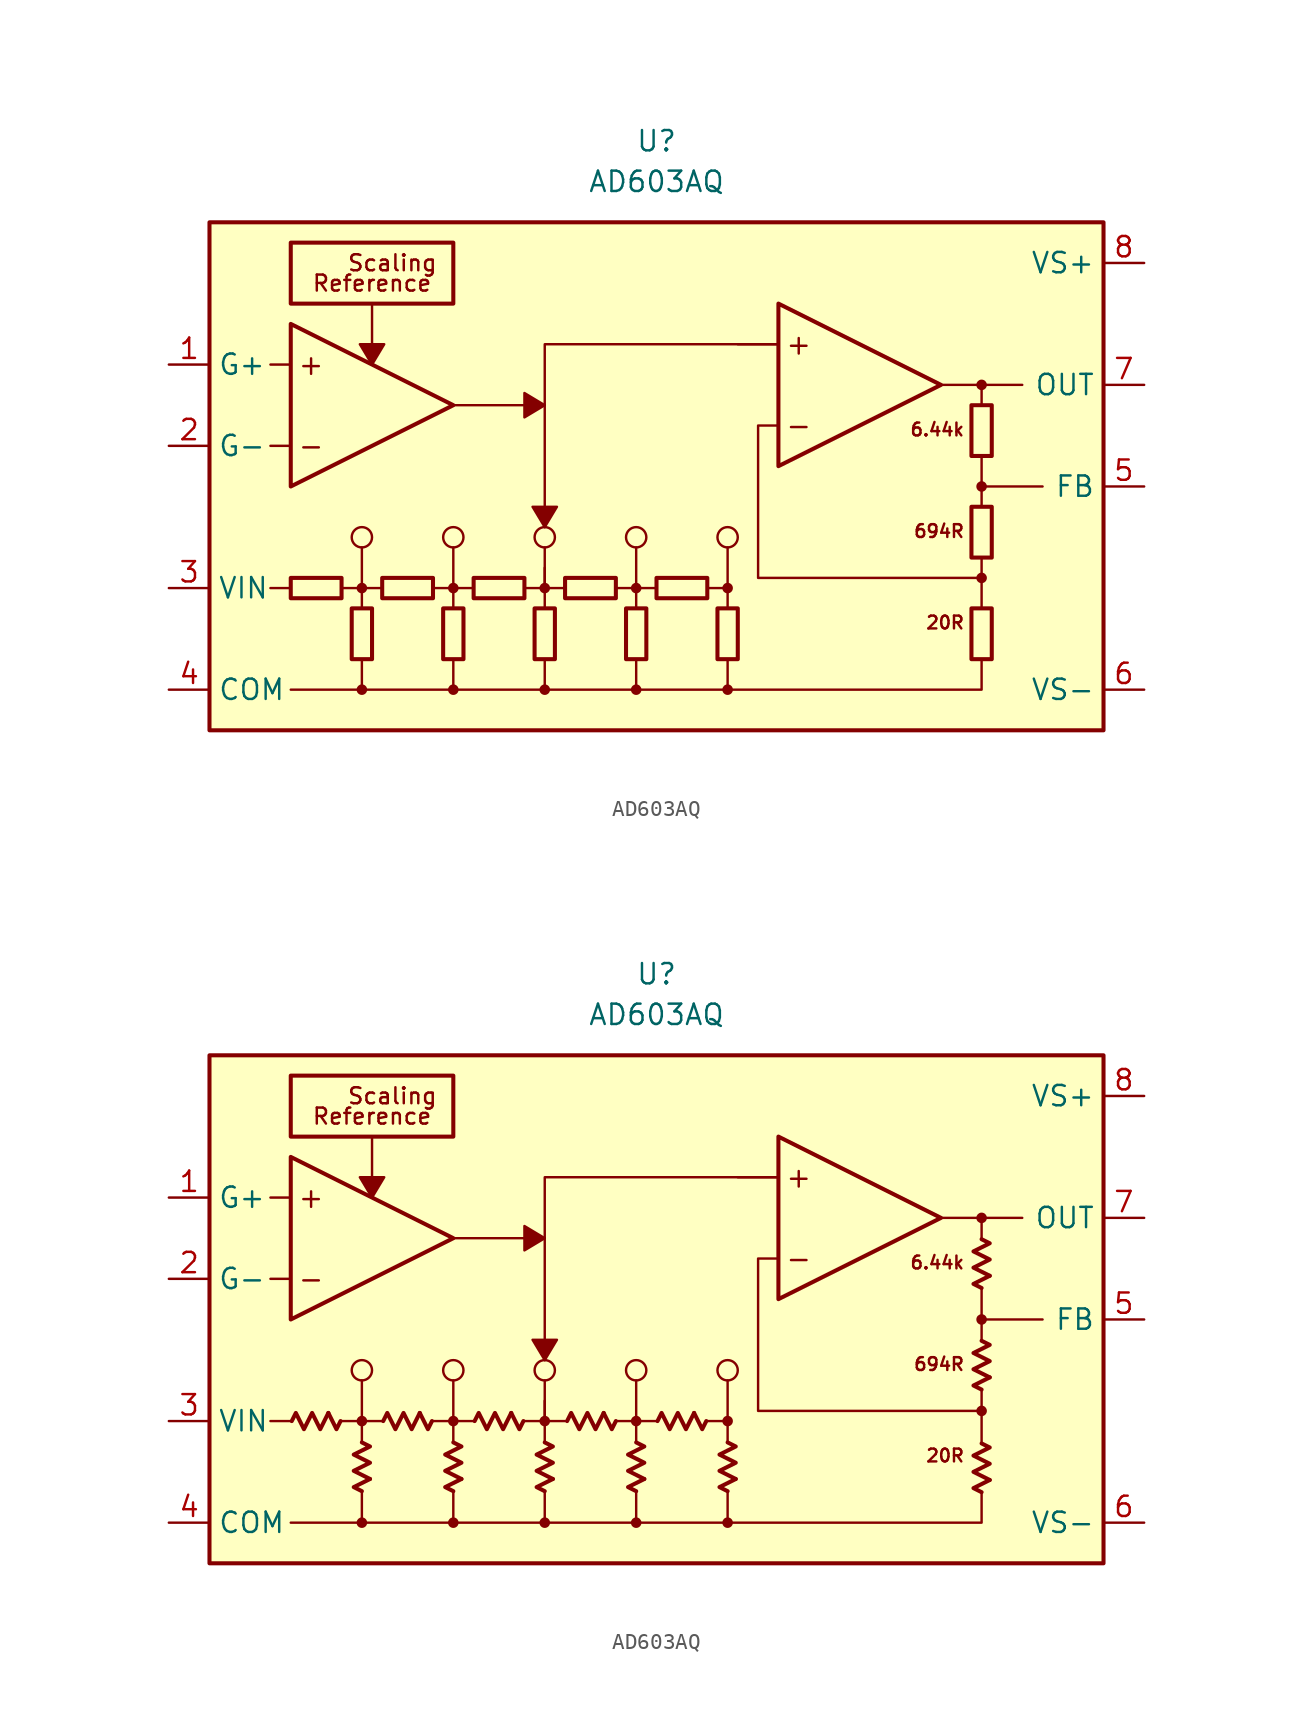
<source format=kicad_sym>
(kicad_symbol_lib
  (version 20231120)
  (generator "kicad_symbol_editor")
  (generator_version "8.0")
  (symbol "AD603AQ"
    (property "Reference" "U"
      (at 0 21.59 0)
      (effects (font (size 1.27 1.27))))
    (property "Value" "AD603AQ"
      (at 0 19.05 0)
      (effects (font (size 1.27 1.27))))
    (symbol "AD603AQ_0_0"
      (rectangle (start -27.94 16.51) (end 27.94 -15.24) (stroke (width 0.254) (type default)) (fill (type background)))
      (rectangle (start -22.86 15.24) (end -12.7 11.43) (stroke (width 0.254) (type default)) (fill (type none)))
      (circle (center -18.415 -12.7) (radius 0.254) (stroke (width 0.152) (type default)) (fill (type outline)))
      (circle (center -18.415 -6.35) (radius 0.254) (stroke (width 0.152) (type default)) (fill (type outline)))
      (circle (center -18.415 -3.175) (radius 0.635) (stroke (width 0.152) (type default)) (fill (type none)))
      (circle (center -12.7 -12.7) (radius 0.254) (stroke (width 0.152) (type default)) (fill (type outline)))
      (circle (center -12.7 -6.35) (radius 0.254) (stroke (width 0.152) (type default)) (fill (type outline)))
      (circle (center -12.7 -3.175) (radius 0.635) (stroke (width 0.152) (type default)) (fill (type none)))
      (circle (center -6.985 -12.7) (radius 0.254) (stroke (width 0.152) (type default)) (fill (type outline)))
      (circle (center -6.985 -6.35) (radius 0.254) (stroke (width 0.152) (type default)) (fill (type outline)))
      (circle (center -6.985 -3.175) (radius 0.635) (stroke (width 0.152) (type default)) (fill (type none)))
      (circle (center -1.27 -12.7) (radius 0.254) (stroke (width 0.152) (type default)) (fill (type outline)))
      (circle (center -1.27 -6.35) (radius 0.254) (stroke (width 0.152) (type default)) (fill (type outline)))
      (circle (center -1.27 -3.175) (radius 0.635) (stroke (width 0.152) (type default)) (fill (type none)))
      (polyline (pts (xy -22.86 -6.35) (xy -24.13 -6.35)) (stroke (width 0.152) (type default)) (fill (type none)))
      (polyline (pts (xy -22.86 2.54) (xy -24.13 2.54)) (stroke (width 0.152) (type default)) (fill (type none)))
      (polyline (pts (xy -22.86 7.62) (xy -24.13 7.62)) (stroke (width 0.152) (type default)) (fill (type none)))
      (polyline (pts (xy -18.415 -10.795) (xy -18.415 -12.7)) (stroke (width 0.152) (type default)) (fill (type none)))
      (polyline (pts (xy -18.415 -7.62) (xy -18.415 -6.35)) (stroke (width 0.152) (type default)) (fill (type none)))
      (polyline (pts (xy -18.415 -6.35) (xy -19.685 -6.35)) (stroke (width 0.152) (type default)) (fill (type none)))
      (polyline (pts (xy -18.415 -6.35) (xy -18.415 -3.81)) (stroke (width 0.152) (type default)) (fill (type none)))
      (polyline (pts (xy -17.78 11.43) (xy -17.78 7.62)) (stroke (width 0.152) (type default)) (fill (type none)))
      (polyline (pts (xy -17.145 -6.35) (xy -18.415 -6.35)) (stroke (width 0.152) (type default)) (fill (type none)))
      (polyline (pts (xy -12.7 -10.795) (xy -12.7 -12.7)) (stroke (width 0.152) (type default)) (fill (type none)))
      (polyline (pts (xy -12.7 -7.62) (xy -12.7 -6.35)) (stroke (width 0.152) (type default)) (fill (type none)))
      (polyline (pts (xy -12.7 -6.35) (xy -13.97 -6.35)) (stroke (width 0.152) (type default)) (fill (type none)))
      (polyline (pts (xy -12.7 -6.35) (xy -12.7 -3.81)) (stroke (width 0.152) (type default)) (fill (type none)))
      (polyline (pts (xy -12.7 5.08) (xy -6.985 5.08)) (stroke (width 0.152) (type default)) (fill (type none)))
      (polyline (pts (xy -11.43 -6.35) (xy -12.7 -6.35)) (stroke (width 0.152) (type default)) (fill (type none)))
      (polyline (pts (xy -6.985 -10.795) (xy -6.985 -12.7)) (stroke (width 0.152) (type default)) (fill (type none)))
      (polyline (pts (xy -6.985 -7.62) (xy -6.985 -5.08)) (stroke (width 0.152) (type default)) (fill (type none)))
      (polyline (pts (xy -6.985 -6.35) (xy -8.255 -6.35)) (stroke (width 0.152) (type default)) (fill (type none)))
      (polyline (pts (xy -6.985 -6.35) (xy -6.985 -3.81)) (stroke (width 0.152) (type default)) (fill (type none)))
      (polyline (pts (xy -5.715 -6.35) (xy -6.985 -6.35)) (stroke (width 0.152) (type default)) (fill (type none)))
      (polyline (pts (xy -1.27 -10.795) (xy -1.27 -12.7)) (stroke (width 0.152) (type default)) (fill (type none)))
      (polyline (pts (xy -1.27 -7.62) (xy -1.27 -6.35)) (stroke (width 0.152) (type default)) (fill (type none)))
      (polyline (pts (xy -1.27 -6.35) (xy -2.54 -6.35)) (stroke (width 0.152) (type default)) (fill (type none)))
      (polyline (pts (xy -1.27 -6.35) (xy -1.27 -3.81)) (stroke (width 0.152) (type default)) (fill (type none)))
      (polyline (pts (xy 0 -6.35) (xy -1.27 -6.35)) (stroke (width 0.152) (type default)) (fill (type none)))
      (polyline (pts (xy 4.445 -10.795) (xy 4.445 -12.7)) (stroke (width 0.152) (type default)) (fill (type none)))
      (polyline (pts (xy 4.445 -7.62) (xy 4.445 -6.35)) (stroke (width 0.152) (type default)) (fill (type none)))
      (polyline (pts (xy 4.445 -6.35) (xy 3.175 -6.35)) (stroke (width 0.152) (type default)) (fill (type none)))
      (polyline (pts (xy 4.445 -6.35) (xy 4.445 -3.81)) (stroke (width 0.152) (type default)) (fill (type none)))
      (polyline (pts (xy 7.62 8.89) (xy 5.08 8.89)) (stroke (width 0.152) (type default)) (fill (type none)))
      (polyline (pts (xy 17.78 6.35) (xy 20.32 6.35)) (stroke (width 0.152) (type default)) (fill (type none)))
      (polyline (pts (xy 20.32 -7.62) (xy 20.32 -5.715)) (stroke (width 0.152) (type default)) (fill (type none)))
      (polyline (pts (xy 20.32 -1.27) (xy 20.32 1.905)) (stroke (width 0.152) (type default)) (fill (type none)))
      (polyline (pts (xy 20.32 0) (xy 24.13 0)) (stroke (width 0.152) (type default)) (fill (type none)))
      (polyline (pts (xy 20.32 5.08) (xy 20.32 6.35)) (stroke (width 0.152) (type default)) (fill (type none)))
      (polyline (pts (xy 20.32 6.35) (xy 22.86 6.35)) (stroke (width 0.152) (type default)) (fill (type none)))
      (polyline (pts (xy 7.62 8.89) (xy -6.985 8.89) (xy -6.985 -2.54)) (stroke (width 0.152) (type default)) (fill (type none)))
      (polyline (pts (xy 20.32 -10.795) (xy 20.32 -12.7) (xy -22.86 -12.7)) (stroke (width 0.152) (type default)) (fill (type none)))
      (polyline (pts (xy -17.78 7.62) (xy -18.542 8.89) (xy -17.018 8.89) (xy -17.78 7.62)) (stroke (width 0.152) (type default)) (fill (type outline)))
      (polyline (pts (xy -6.985 -2.54) (xy -7.747 -1.27) (xy -6.223 -1.27) (xy -6.985 -2.54)) (stroke (width 0.152) (type default)) (fill (type outline)))
      (polyline (pts (xy -6.985 5.08) (xy -8.255 4.318) (xy -8.255 5.842) (xy -6.985 5.08)) (stroke (width 0.152) (type default)) (fill (type outline)))
      (circle (center 4.445 -12.7) (radius 0.254) (stroke (width 0.152) (type default)) (fill (type outline)))
      (circle (center 4.445 -6.35) (radius 0.254) (stroke (width 0.152) (type default)) (fill (type outline)))
      (circle (center 4.445 -3.175) (radius 0.635) (stroke (width 0.152) (type default)) (fill (type none)))
      (circle (center 20.32 -5.715) (radius 0.254) (stroke (width 0.152) (type default)) (fill (type outline)))
      (circle (center 20.32 0) (radius 0.254) (stroke (width 0.152) (type default)) (fill (type outline)))
      (circle (center 20.32 6.35) (radius 0.254) (stroke (width 0.152) (type default)) (fill (type outline)))
      (text "+" (at -21.59 7.62 0) (effects (font (size 1.27 1.27))))
      (text "+" (at 8.89 8.89 0) (effects (font (size 1.27 1.27))))
      (text "-" (at -21.59 2.54 0) (effects (font (size 1.27 1.27))))
      (text "-" (at 8.89 3.81 0) (effects (font (size 1.27 1.27))))
      (text "20R" (at 19.304 -8.509 0) (effects (font (size 0.8 0.8)) (justify right)))
      (text "6.44k" (at 19.304 3.556 0) (effects (font (size 0.8 0.8)) (justify right)))
      (text "694R" (at 19.304 -2.794 0) (effects (font (size 0.8 0.8)) (justify right)))
      (text "Reference" (at -17.78 12.7 0) (effects (font (size 1 1))))
      (text "Scaling" (at -16.51 13.97 0) (effects (font (size 1 1)))))
    (symbol "AD603AQ_0_1"
      (rectangle (start -19.685 -6.985) (end -22.86 -5.715) (stroke (width 0.254) (type default)) (fill (type none)))
      (rectangle (start -19.05 -10.795) (end -17.78 -7.62) (stroke (width 0.254) (type default)) (fill (type none)))
      (rectangle (start -13.97 -6.985) (end -17.145 -5.715) (stroke (width 0.254) (type default)) (fill (type none)))
      (rectangle (start -13.335 -10.795) (end -12.065 -7.62) (stroke (width 0.254) (type default)) (fill (type none)))
      (rectangle (start -8.255 -6.985) (end -11.43 -5.715) (stroke (width 0.254) (type default)) (fill (type none)))
      (rectangle (start -7.62 -10.795) (end -6.35 -7.62) (stroke (width 0.254) (type default)) (fill (type none)))
      (rectangle (start -2.54 -6.985) (end -5.715 -5.715) (stroke (width 0.254) (type default)) (fill (type none)))
      (rectangle (start -1.905 -10.795) (end -0.635 -7.62) (stroke (width 0.254) (type default)) (fill (type none)))
      (rectangle (start 3.175 -6.985) (end 0 -5.715) (stroke (width 0.254) (type default)) (fill (type none)))
      (rectangle (start 3.81 -10.795) (end 5.08 -7.62) (stroke (width 0.254) (type default)) (fill (type none)))
      (rectangle (start 20.955 -7.62) (end 19.685 -10.795) (stroke (width 0.254) (type default)) (fill (type none)))
      (rectangle (start 20.955 -1.27) (end 19.685 -4.445) (stroke (width 0.254) (type default)) (fill (type none)))
      (rectangle (start 20.955 5.08) (end 19.685 1.905) (stroke (width 0.254) (type default)) (fill (type none))))
    (symbol "AD603AQ_0_2"
      (polyline (pts (xy -20.511 -5.842) (xy -20.003 -6.858) (xy -19.748 -6.35)) (stroke (width 0.254) (type default)) (fill (type none)))
      (polyline (pts (xy -17.907 -9.97) (xy -18.923 -10.477) (xy -18.415 -10.732)) (stroke (width 0.254) (type default)) (fill (type none)))
      (polyline (pts (xy -14.796 -5.842) (xy -14.287 -6.858) (xy -14.034 -6.35)) (stroke (width 0.254) (type default)) (fill (type none)))
      (polyline (pts (xy -12.192 -9.97) (xy -13.208 -10.477) (xy -12.7 -10.732)) (stroke (width 0.254) (type default)) (fill (type none)))
      (polyline (pts (xy -9.081 -5.842) (xy -8.572 -6.858) (xy -8.319 -6.35)) (stroke (width 0.254) (type default)) (fill (type none)))
      (polyline (pts (xy -6.477 -9.97) (xy -7.493 -10.477) (xy -6.985 -10.732)) (stroke (width 0.254) (type default)) (fill (type none)))
      (polyline (pts (xy -3.302 -5.842) (xy -2.794 -6.858) (xy -2.54 -6.35)) (stroke (width 0.254) (type default)) (fill (type none)))
      (polyline (pts (xy -0.762 -9.97) (xy -1.778 -10.477) (xy -1.27 -10.732)) (stroke (width 0.254) (type default)) (fill (type none)))
      (polyline (pts (xy 2.349 -5.842) (xy 2.857 -6.858) (xy 3.111 -6.35)) (stroke (width 0.254) (type default)) (fill (type none)))
      (polyline (pts (xy 4.953 -9.97) (xy 3.937 -10.477) (xy 4.445 -10.732)) (stroke (width 0.254) (type default)) (fill (type none)))
      (polyline (pts (xy 20.828 -10.033) (xy 19.812 -10.541) (xy 20.32 -10.795)) (stroke (width 0.254) (type default)) (fill (type none)))
      (polyline (pts (xy 20.828 -3.619) (xy 19.812 -4.128) (xy 20.32 -4.381)) (stroke (width 0.254) (type default)) (fill (type none)))
      (polyline (pts (xy 20.828 2.731) (xy 19.812 2.223) (xy 20.32 1.968)) (stroke (width 0.254) (type default)) (fill (type none)))
      (polyline (pts (xy -22.797 -6.35) (xy -22.543 -5.842) (xy -22.035 -6.858) (xy -21.526 -5.842) (xy -21.018 -6.858) (xy -20.511 -5.842)) (stroke (width 0.254) (type default)) (fill (type none)))
      (polyline (pts (xy -18.415 -7.684) (xy -17.907 -7.938) (xy -18.923 -8.445) (xy -17.907 -8.954) (xy -18.923 -9.461) (xy -17.907 -9.97)) (stroke (width 0.254) (type default)) (fill (type none)))
      (polyline (pts (xy -17.081 -6.35) (xy -16.828 -5.842) (xy -16.32 -6.858) (xy -15.812 -5.842) (xy -15.303 -6.858) (xy -14.796 -5.842)) (stroke (width 0.254) (type default)) (fill (type none)))
      (polyline (pts (xy -12.7 -7.684) (xy -12.192 -7.938) (xy -13.208 -8.445) (xy -12.192 -8.954) (xy -13.208 -9.461) (xy -12.192 -9.97)) (stroke (width 0.254) (type default)) (fill (type none)))
      (polyline (pts (xy -11.367 -6.35) (xy -11.113 -5.842) (xy -10.604 -6.858) (xy -10.097 -5.842) (xy -9.588 -6.858) (xy -9.081 -5.842)) (stroke (width 0.254) (type default)) (fill (type none)))
      (polyline (pts (xy -6.985 -7.684) (xy -6.477 -7.938) (xy -7.493 -8.445) (xy -6.477 -8.954) (xy -7.493 -9.461) (xy -6.477 -9.97)) (stroke (width 0.254) (type default)) (fill (type none)))
      (polyline (pts (xy -5.588 -6.35) (xy -5.334 -5.842) (xy -4.826 -6.858) (xy -4.318 -5.842) (xy -3.81 -6.858) (xy -3.302 -5.842)) (stroke (width 0.254) (type default)) (fill (type none)))
      (polyline (pts (xy -1.27 -7.684) (xy -0.762 -7.938) (xy -1.778 -8.445) (xy -0.762 -8.954) (xy -1.778 -9.461) (xy -0.762 -9.97)) (stroke (width 0.254) (type default)) (fill (type none)))
      (polyline (pts (xy 0.064 -6.35) (xy 0.318 -5.842) (xy 0.826 -6.858) (xy 1.333 -5.842) (xy 1.841 -6.858) (xy 2.349 -5.842)) (stroke (width 0.254) (type default)) (fill (type none)))
      (polyline (pts (xy 4.445 -7.684) (xy 4.953 -7.938) (xy 3.937 -8.445) (xy 4.953 -8.954) (xy 3.937 -9.461) (xy 4.953 -9.97)) (stroke (width 0.254) (type default)) (fill (type none)))
      (polyline (pts (xy 20.32 -7.747) (xy 20.828 -8.001) (xy 19.812 -8.509) (xy 20.828 -9.017) (xy 19.812 -9.525) (xy 20.828 -10.033)) (stroke (width 0.254) (type default)) (fill (type none)))
      (polyline (pts (xy 20.32 -1.333) (xy 20.828 -1.587) (xy 19.812 -2.095) (xy 20.828 -2.603) (xy 19.812 -3.111) (xy 20.828 -3.619)) (stroke (width 0.254) (type default)) (fill (type none)))
      (polyline (pts (xy 20.32 5.016) (xy 20.828 4.763) (xy 19.812 4.255) (xy 20.828 3.747) (xy 19.812 3.239) (xy 20.828 2.731)) (stroke (width 0.254) (type default)) (fill (type none))))
    (symbol "AD603AQ_1_0"
      (polyline (pts (xy -22.86 10.16) (xy -22.86 0) (xy -12.7 5.08) (xy -22.86 10.16)) (stroke (width 0.254) (type default)) (fill (type none)))
      (polyline (pts (xy 7.62 11.43) (xy 7.62 1.27) (xy 17.78 6.35) (xy 7.62 11.43)) (stroke (width 0.254) (type default)) (fill (type none)))
      (polyline (pts (xy 20.32 -4.445) (xy 20.32 -5.715) (xy 6.35 -5.715) (xy 6.35 3.81) (xy 7.62 3.81)) (stroke (width 0.152) (type default)) (fill (type none))))
    (symbol "AD603AQ_1_1"
      (pin input line (at -30.48 7.62 0) (length 2.54) (name "G+" (effects (font (size 1.27 1.27)))) (number "1" (effects (font (size 1.27 1.27)))))
      (pin input line (at -30.48 2.54 0) (length 2.54) (name "G-" (effects (font (size 1.27 1.27)))) (number "2" (effects (font (size 1.27 1.27)))))
      (pin input line (at -30.48 -6.35 0) (length 2.54) (name "VIN" (effects (font (size 1.27 1.27)))) (number "3" (effects (font (size 1.27 1.27)))))
      (pin power_in line (at -30.48 -12.7 0) (length 2.54) (name "COM" (effects (font (size 1.27 1.27)))) (number "4" (effects (font (size 1.27 1.27)))))
      (pin passive line (at 30.48 0 180) (length 2.54) (name "FB" (effects (font (size 1.27 1.27)))) (number "5" (effects (font (size 1.27 1.27)))))
      (pin power_in line (at 30.48 -12.7 180) (length 2.54) (name "VS-" (effects (font (size 1.27 1.27)))) (number "6" (effects (font (size 1.27 1.27)))))
      (pin output line (at 30.48 6.35 180) (length 2.54) (name "OUT" (effects (font (size 1.27 1.27)))) (number "7" (effects (font (size 1.27 1.27)))))
      (pin power_in line (at 30.48 13.97 180) (length 2.54) (name "VS+" (effects (font (size 1.27 1.27)))) (number "8" (effects (font (size 1.27 1.27))))))
    (symbol "AD603AQ_1_2"
      (pin input line (at -30.48 7.62 0) (length 2.54) (name "G+" (effects (font (size 1.27 1.27)))) (number "1" (effects (font (size 1.27 1.27)))))
      (pin input line (at -30.48 2.54 0) (length 2.54) (name "G-" (effects (font (size 1.27 1.27)))) (number "2" (effects (font (size 1.27 1.27)))))
      (pin input line (at -30.48 -6.35 0) (length 2.54) (name "VIN" (effects (font (size 1.27 1.27)))) (number "3" (effects (font (size 1.27 1.27)))))
      (pin power_in line (at -30.48 -12.7 0) (length 2.54) (name "COM" (effects (font (size 1.27 1.27)))) (number "4" (effects (font (size 1.27 1.27)))))
      (pin passive line (at 30.48 0 180) (length 2.54) (name "FB" (effects (font (size 1.27 1.27)))) (number "5" (effects (font (size 1.27 1.27)))))
      (pin power_in line (at 30.48 -12.7 180) (length 2.54) (name "VS-" (effects (font (size 1.27 1.27)))) (number "6" (effects (font (size 1.27 1.27)))))
      (pin output line (at 30.48 6.35 180) (length 2.54) (name "OUT" (effects (font (size 1.27 1.27)))) (number "7" (effects (font (size 1.27 1.27)))))
      (pin power_in line (at 30.48 13.97 180) (length 2.54) (name "VS+" (effects (font (size 1.27 1.27)))) (number "8" (effects (font (size 1.27 1.27))))))))
</source>
